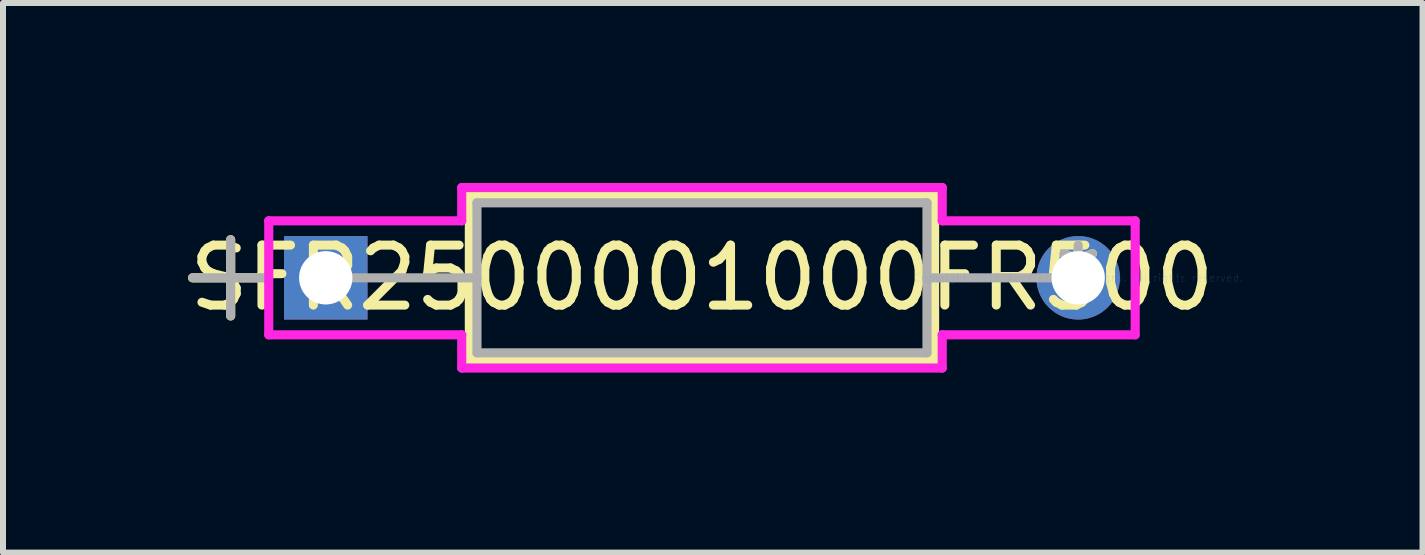
<source format=kicad_pcb>
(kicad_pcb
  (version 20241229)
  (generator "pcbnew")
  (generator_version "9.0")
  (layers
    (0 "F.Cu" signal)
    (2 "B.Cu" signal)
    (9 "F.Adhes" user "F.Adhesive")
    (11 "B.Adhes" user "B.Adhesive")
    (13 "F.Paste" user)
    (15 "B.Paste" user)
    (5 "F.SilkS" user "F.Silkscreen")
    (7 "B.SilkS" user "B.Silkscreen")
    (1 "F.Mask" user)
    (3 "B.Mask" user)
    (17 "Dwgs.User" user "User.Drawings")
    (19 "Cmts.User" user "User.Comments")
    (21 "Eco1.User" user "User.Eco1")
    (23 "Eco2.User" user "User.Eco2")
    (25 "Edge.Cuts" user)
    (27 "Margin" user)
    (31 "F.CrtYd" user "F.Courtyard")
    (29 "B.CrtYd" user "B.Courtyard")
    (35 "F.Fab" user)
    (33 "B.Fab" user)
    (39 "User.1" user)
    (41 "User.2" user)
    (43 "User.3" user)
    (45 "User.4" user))
  (footprint "SFR2500001000FR500"
    (layer "F.Cu")
    (at 14.919 1.58)
    (property "Reference" "SFR2500001000FR500" (at -6.27 0 0) (layer "F.SilkS") (effects (font (size 1 1) (thickness 0.15))))
    (attr through_hole)
    (fp_line (start -14.76 0) (end -13.569 0) (stroke (width 0.152) (type solid)) (layer "F.SilkS"))
    (fp_line (start -14.125 -0.635) (end -14.125 0.635) (stroke (width 0.152) (type solid)) (layer "F.SilkS"))
    (fp_line (start -10.147 -1.377) (end -10.147 1.377) (stroke (width 0.152) (type solid)) (layer "F.SilkS"))
    (fp_line (start -10.147 1.377) (end -2.393 1.377) (stroke (width 0.152) (type solid)) (layer "F.SilkS"))
    (fp_line (start -2.393 -1.377) (end -10.147 -1.377) (stroke (width 0.152) (type solid)) (layer "F.SilkS"))
    (fp_line (start -2.393 1.377) (end -2.393 -1.377) (stroke (width 0.152) (type solid)) (layer "F.SilkS"))
    (fp_line (start -13.49 -0.95) (end -10.274 -0.95) (stroke (width 0.152) (type solid)) (layer "F.CrtYd"))
    (fp_line (start -13.49 0.95) (end -13.49 -0.95) (stroke (width 0.152) (type solid)) (layer "F.CrtYd"))
    (fp_line (start -10.274 -1.504) (end -2.266 -1.504) (stroke (width 0.152) (type solid)) (layer "F.CrtYd"))
    (fp_line (start -10.274 -0.95) (end -10.274 -1.504) (stroke (width 0.152) (type solid)) (layer "F.CrtYd"))
    (fp_line (start -10.274 0.95) (end -13.49 0.95) (stroke (width 0.152) (type solid)) (layer "F.CrtYd"))
    (fp_line (start -10.274 1.504) (end -10.274 0.95) (stroke (width 0.152) (type solid)) (layer "F.CrtYd"))
    (fp_line (start -2.266 -1.504) (end -2.266 -0.95) (stroke (width 0.152) (type solid)) (layer "F.CrtYd"))
    (fp_line (start -2.266 -0.95) (end 0.95 -0.95) (stroke (width 0.152) (type solid)) (layer "F.CrtYd"))
    (fp_line (start -2.266 0.95) (end -2.266 1.504) (stroke (width 0.152) (type solid)) (layer "F.CrtYd"))
    (fp_line (start -2.266 1.504) (end -10.274 1.504) (stroke (width 0.152) (type solid)) (layer "F.CrtYd"))
    (fp_line (start 0.95 -0.95) (end 0.95 0.95) (stroke (width 0.152) (type solid)) (layer "F.CrtYd"))
    (fp_line (start 0.95 0.95) (end -2.266 0.95) (stroke (width 0.152) (type solid)) (layer "F.CrtYd"))
    (fp_line (start -14.76 0) (end -13.49 0) (stroke (width 0.152) (type solid)) (layer "F.Fab"))
    (fp_line (start -14.125 -0.635) (end -14.125 0.635) (stroke (width 0.152) (type solid)) (layer "F.Fab"))
    (fp_line (start -12.54 0) (end -10.02 0) (stroke (width 0.152) (type solid)) (layer "F.Fab"))
    (fp_line (start -10.02 -1.25) (end -10.02 1.25) (stroke (width 0.152) (type solid)) (layer "F.Fab"))
    (fp_line (start -10.02 1.25) (end -2.52 1.25) (stroke (width 0.152) (type solid)) (layer "F.Fab"))
    (fp_line (start -2.52 -1.25) (end -10.02 -1.25) (stroke (width 0.152) (type solid)) (layer "F.Fab"))
    (fp_line (start -2.52 1.25) (end -2.52 -1.25) (stroke (width 0.152) (type solid)) (layer "F.Fab"))
    (fp_line (start 0 0) (end -2.52 0) (stroke (width 0.152) (type solid)) (layer "F.Fab"))
    (fp_text user "*" (at 0 0 0) (layer "F.SilkS") (effects (font (size 1 1) (thickness 0.15))))
    (fp_text user "Copyright 2016 Accelerated Designs. All rights reserved." (at 0 0 0) (layer "Cmts.User") (effects (font (size 0.127 0.127) (thickness 0.002))))
    (fp_text user "*" (at 0 0 0) (layer "F.Fab") (effects (font (size 1 1) (thickness 0.15))))
    (pad "1" thru_hole rect (at -12.54 0) (size 1.392 1.392) (drill 0.889) (layers "*.Cu" "*.Mask"))
    (pad "2" thru_hole circle (at 0 0) (size 1.392 1.392) (drill 0.889) (layers "*.Cu" "*.Mask")))
  (gr_rect
    (start -3 -3)
    (end 20.658 6.16)
    (stroke (width 0.1) (type default))
    (fill no)
    (layer "Edge.Cuts")))
</source>
